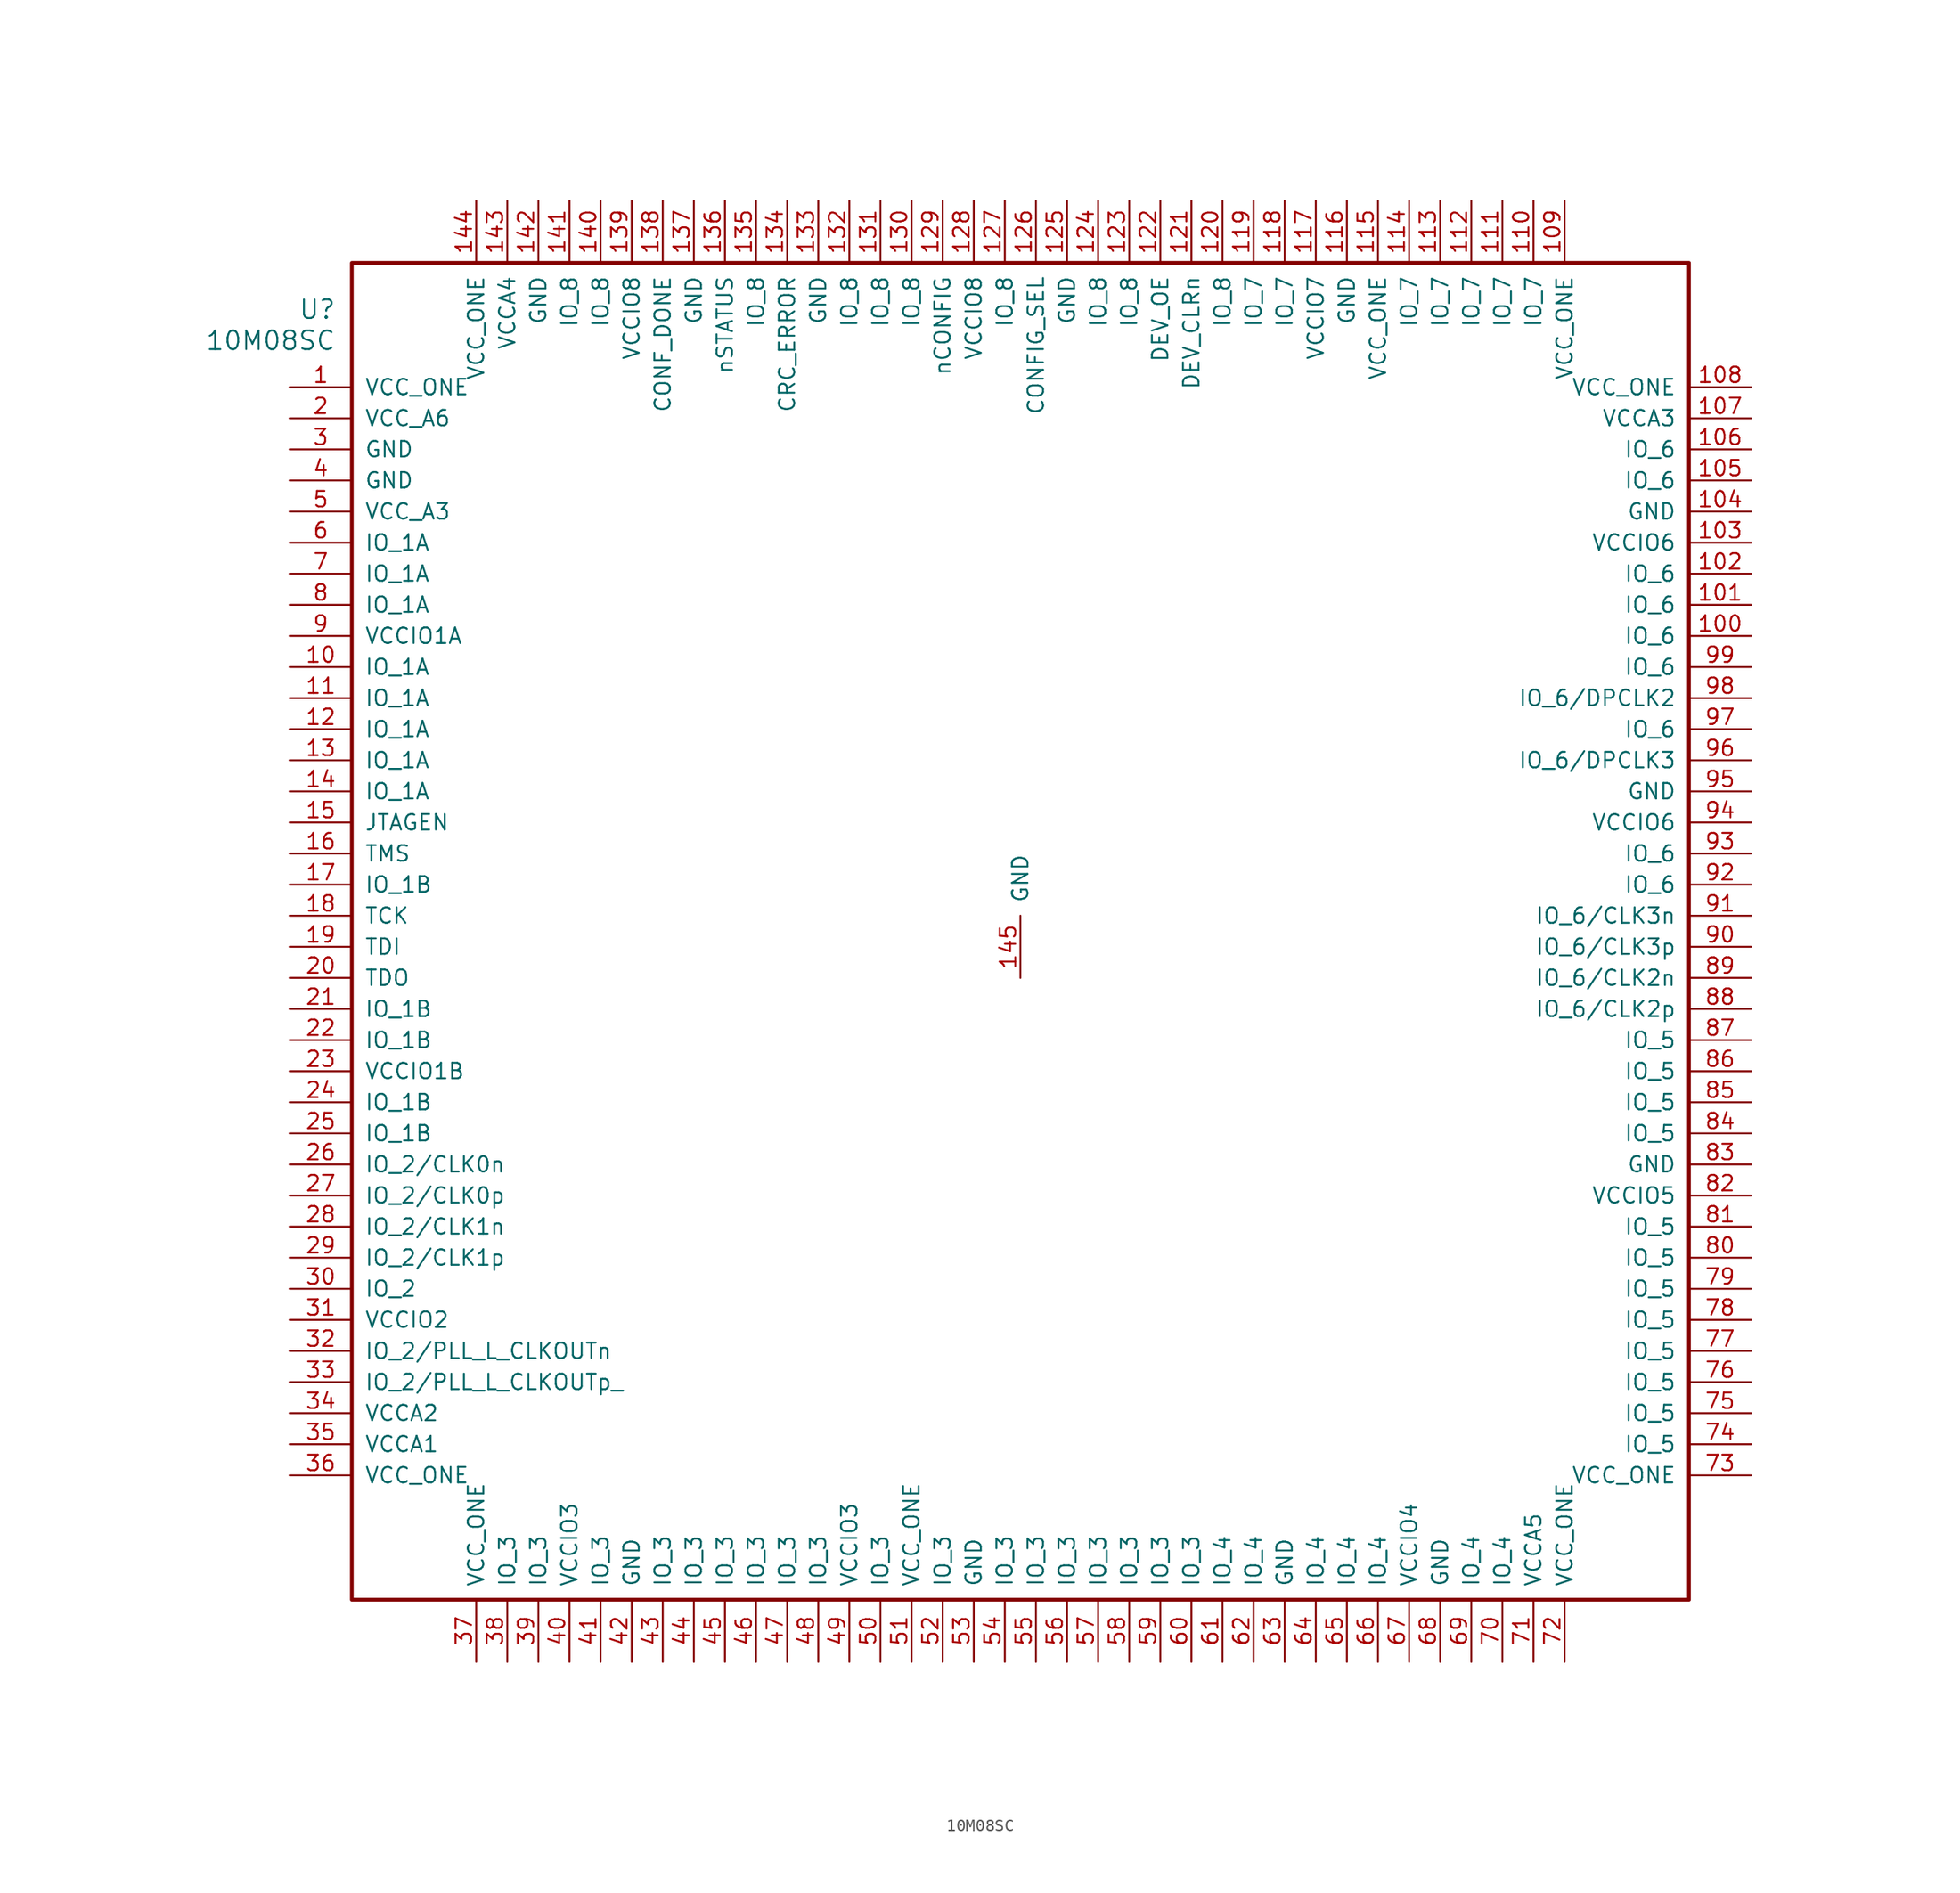
<source format=kicad_sym>
(kicad_symbol_lib
  (version 20211014)
  (generator kicad_symbol_editor)
  (symbol "10M08SC"
    (pin_names
      (offset 1.016))
    (property "Reference" "U"
      (at 3.81 6.35 0)
      (effects (font (size 1.524 1.524)) (justify right)))
    (property "Value" "10M08SC"
      (at 3.81 3.81 0)
      (effects (font (size 1.524 1.524)) (justify right)))
    (property "Footprint" ""
      (at 0 0 0)
      (effects (font (size 1.524 1.524))))
    (property "Datasheet" ""
      (at 0 0 0)
      (effects (font (size 1.524 1.524))))
    (property "ki_locked" ""
      (at 0 0 0)
      (effects (font (size 1.27 1.27))))
    (symbol "10M08SC_1_1"
      (rectangle (start 5.08 10.16) (end 114.3 -99.06) (stroke (width 0.305) (type default) (color 0 0 0 0)) (fill (type none)))
      (pin power_in line (at 0 0 0) (length 5.08) (name "VCC_ONE" (effects (font (size 1.27 1.27)))) (number "1" (effects (font (size 1.27 1.27)))))
      (pin bidirectional line (at 0 -22.86 0) (length 5.08) (name "IO_1A" (effects (font (size 1.27 1.27)))) (number "10" (effects (font (size 1.27 1.27)))))
      (pin bidirectional line (at 119.38 -20.32 180) (length 5.08) (name "IO_6" (effects (font (size 1.27 1.27)))) (number "100" (effects (font (size 1.27 1.27)))))
      (pin bidirectional line (at 119.38 -17.78 180) (length 5.08) (name "IO_6" (effects (font (size 1.27 1.27)))) (number "101" (effects (font (size 1.27 1.27)))))
      (pin bidirectional line (at 119.38 -15.24 180) (length 5.08) (name "IO_6" (effects (font (size 1.27 1.27)))) (number "102" (effects (font (size 1.27 1.27)))))
      (pin power_in line (at 119.38 -12.7 180) (length 5.08) (name "VCCIO6" (effects (font (size 1.27 1.27)))) (number "103" (effects (font (size 1.27 1.27)))))
      (pin power_in line (at 119.38 -10.16 180) (length 5.08) (name "GND" (effects (font (size 1.27 1.27)))) (number "104" (effects (font (size 1.27 1.27)))))
      (pin bidirectional line (at 119.38 -7.62 180) (length 5.08) (name "IO_6" (effects (font (size 1.27 1.27)))) (number "105" (effects (font (size 1.27 1.27)))))
      (pin bidirectional line (at 119.38 -5.08 180) (length 5.08) (name "IO_6" (effects (font (size 1.27 1.27)))) (number "106" (effects (font (size 1.27 1.27)))))
      (pin power_in line (at 119.38 -2.54 180) (length 5.08) (name "VCCA3" (effects (font (size 1.27 1.27)))) (number "107" (effects (font (size 1.27 1.27)))))
      (pin power_in line (at 119.38 0 180) (length 5.08) (name "VCC_ONE" (effects (font (size 1.27 1.27)))) (number "108" (effects (font (size 1.27 1.27)))))
      (pin power_in line (at 104.14 15.24 270) (length 5.08) (name "VCC_ONE" (effects (font (size 1.27 1.27)))) (number "109" (effects (font (size 1.27 1.27)))))
      (pin bidirectional line (at 0 -25.4 0) (length 5.08) (name "IO_1A" (effects (font (size 1.27 1.27)))) (number "11" (effects (font (size 1.27 1.27)))))
      (pin bidirectional line (at 101.6 15.24 270) (length 5.08) (name "IO_7" (effects (font (size 1.27 1.27)))) (number "110" (effects (font (size 1.27 1.27)))))
      (pin bidirectional line (at 99.06 15.24 270) (length 5.08) (name "IO_7" (effects (font (size 1.27 1.27)))) (number "111" (effects (font (size 1.27 1.27)))))
      (pin bidirectional line (at 96.52 15.24 270) (length 5.08) (name "IO_7" (effects (font (size 1.27 1.27)))) (number "112" (effects (font (size 1.27 1.27)))))
      (pin bidirectional line (at 93.98 15.24 270) (length 5.08) (name "IO_7" (effects (font (size 1.27 1.27)))) (number "113" (effects (font (size 1.27 1.27)))))
      (pin bidirectional line (at 91.44 15.24 270) (length 5.08) (name "IO_7" (effects (font (size 1.27 1.27)))) (number "114" (effects (font (size 1.27 1.27)))))
      (pin power_in line (at 88.9 15.24 270) (length 5.08) (name "VCC_ONE" (effects (font (size 1.27 1.27)))) (number "115" (effects (font (size 1.27 1.27)))))
      (pin power_in line (at 86.36 15.24 270) (length 5.08) (name "GND" (effects (font (size 1.27 1.27)))) (number "116" (effects (font (size 1.27 1.27)))))
      (pin power_in line (at 83.82 15.24 270) (length 5.08) (name "VCCIO7" (effects (font (size 1.27 1.27)))) (number "117" (effects (font (size 1.27 1.27)))))
      (pin bidirectional line (at 81.28 15.24 270) (length 5.08) (name "IO_7" (effects (font (size 1.27 1.27)))) (number "118" (effects (font (size 1.27 1.27)))))
      (pin bidirectional line (at 78.74 15.24 270) (length 5.08) (name "IO_7" (effects (font (size 1.27 1.27)))) (number "119" (effects (font (size 1.27 1.27)))))
      (pin bidirectional line (at 0 -27.94 0) (length 5.08) (name "IO_1A" (effects (font (size 1.27 1.27)))) (number "12" (effects (font (size 1.27 1.27)))))
      (pin bidirectional line (at 76.2 15.24 270) (length 5.08) (name "IO_8" (effects (font (size 1.27 1.27)))) (number "120" (effects (font (size 1.27 1.27)))))
      (pin input line (at 73.66 15.24 270) (length 5.08) (name "DEV_CLRn" (effects (font (size 1.27 1.27)))) (number "121" (effects (font (size 1.27 1.27)))))
      (pin input line (at 71.12 15.24 270) (length 5.08) (name "DEV_OE" (effects (font (size 1.27 1.27)))) (number "122" (effects (font (size 1.27 1.27)))))
      (pin bidirectional line (at 68.58 15.24 270) (length 5.08) (name "IO_8" (effects (font (size 1.27 1.27)))) (number "123" (effects (font (size 1.27 1.27)))))
      (pin bidirectional line (at 66.04 15.24 270) (length 5.08) (name "IO_8" (effects (font (size 1.27 1.27)))) (number "124" (effects (font (size 1.27 1.27)))))
      (pin power_in line (at 63.5 15.24 270) (length 5.08) (name "GND" (effects (font (size 1.27 1.27)))) (number "125" (effects (font (size 1.27 1.27)))))
      (pin input line (at 60.96 15.24 270) (length 5.08) (name "CONFIG_SEL" (effects (font (size 1.27 1.27)))) (number "126" (effects (font (size 1.27 1.27)))))
      (pin bidirectional line (at 58.42 15.24 270) (length 5.08) (name "IO_8" (effects (font (size 1.27 1.27)))) (number "127" (effects (font (size 1.27 1.27)))))
      (pin power_in line (at 55.88 15.24 270) (length 5.08) (name "VCCIO8" (effects (font (size 1.27 1.27)))) (number "128" (effects (font (size 1.27 1.27)))))
      (pin input line (at 53.34 15.24 270) (length 5.08) (name "nCONFIG" (effects (font (size 1.27 1.27)))) (number "129" (effects (font (size 1.27 1.27)))))
      (pin bidirectional line (at 0 -30.48 0) (length 5.08) (name "IO_1A" (effects (font (size 1.27 1.27)))) (number "13" (effects (font (size 1.27 1.27)))))
      (pin bidirectional line (at 50.8 15.24 270) (length 5.08) (name "IO_8" (effects (font (size 1.27 1.27)))) (number "130" (effects (font (size 1.27 1.27)))))
      (pin bidirectional line (at 48.26 15.24 270) (length 5.08) (name "IO_8" (effects (font (size 1.27 1.27)))) (number "131" (effects (font (size 1.27 1.27)))))
      (pin bidirectional line (at 45.72 15.24 270) (length 5.08) (name "IO_8" (effects (font (size 1.27 1.27)))) (number "132" (effects (font (size 1.27 1.27)))))
      (pin power_in line (at 43.18 15.24 270) (length 5.08) (name "GND" (effects (font (size 1.27 1.27)))) (number "133" (effects (font (size 1.27 1.27)))))
      (pin output line (at 40.64 15.24 270) (length 5.08) (name "CRC_ERROR" (effects (font (size 1.27 1.27)))) (number "134" (effects (font (size 1.27 1.27)))))
      (pin bidirectional line (at 38.1 15.24 270) (length 5.08) (name "IO_8" (effects (font (size 1.27 1.27)))) (number "135" (effects (font (size 1.27 1.27)))))
      (pin output line (at 35.56 15.24 270) (length 5.08) (name "nSTATUS" (effects (font (size 1.27 1.27)))) (number "136" (effects (font (size 1.27 1.27)))))
      (pin power_in line (at 33.02 15.24 270) (length 5.08) (name "GND" (effects (font (size 1.27 1.27)))) (number "137" (effects (font (size 1.27 1.27)))))
      (pin output line (at 30.48 15.24 270) (length 5.08) (name "CONF_DONE" (effects (font (size 1.27 1.27)))) (number "138" (effects (font (size 1.27 1.27)))))
      (pin power_in line (at 27.94 15.24 270) (length 5.08) (name "VCCIO8" (effects (font (size 1.27 1.27)))) (number "139" (effects (font (size 1.27 1.27)))))
      (pin bidirectional line (at 0 -33.02 0) (length 5.08) (name "IO_1A" (effects (font (size 1.27 1.27)))) (number "14" (effects (font (size 1.27 1.27)))))
      (pin bidirectional line (at 25.4 15.24 270) (length 5.08) (name "IO_8" (effects (font (size 1.27 1.27)))) (number "140" (effects (font (size 1.27 1.27)))))
      (pin bidirectional line (at 22.86 15.24 270) (length 5.08) (name "IO_8" (effects (font (size 1.27 1.27)))) (number "141" (effects (font (size 1.27 1.27)))))
      (pin power_in line (at 20.32 15.24 270) (length 5.08) (name "GND" (effects (font (size 1.27 1.27)))) (number "142" (effects (font (size 1.27 1.27)))))
      (pin power_in line (at 17.78 15.24 270) (length 5.08) (name "VCCA4" (effects (font (size 1.27 1.27)))) (number "143" (effects (font (size 1.27 1.27)))))
      (pin power_in line (at 15.24 15.24 270) (length 5.08) (name "VCC_ONE" (effects (font (size 1.27 1.27)))) (number "144" (effects (font (size 1.27 1.27)))))
      (pin power_in line (at 59.69 -48.26 90) (length 5.08) (name "GND" (effects (font (size 1.27 1.27)))) (number "145" (effects (font (size 1.27 1.27)))))
      (pin input line (at 0 -35.56 0) (length 5.08) (name "JTAGEN" (effects (font (size 1.27 1.27)))) (number "15" (effects (font (size 1.27 1.27)))))
      (pin input line (at 0 -38.1 0) (length 5.08) (name "TMS" (effects (font (size 1.27 1.27)))) (number "16" (effects (font (size 1.27 1.27)))))
      (pin bidirectional line (at 0 -40.64 0) (length 5.08) (name "IO_1B" (effects (font (size 1.27 1.27)))) (number "17" (effects (font (size 1.27 1.27)))))
      (pin input line (at 0 -43.18 0) (length 5.08) (name "TCK" (effects (font (size 1.27 1.27)))) (number "18" (effects (font (size 1.27 1.27)))))
      (pin input line (at 0 -45.72 0) (length 5.08) (name "TDI" (effects (font (size 1.27 1.27)))) (number "19" (effects (font (size 1.27 1.27)))))
      (pin power_in line (at 0 -2.54 0) (length 5.08) (name "VCC_A6" (effects (font (size 1.27 1.27)))) (number "2" (effects (font (size 1.27 1.27)))))
      (pin output line (at 0 -48.26 0) (length 5.08) (name "TDO" (effects (font (size 1.27 1.27)))) (number "20" (effects (font (size 1.27 1.27)))))
      (pin bidirectional line (at 0 -50.8 0) (length 5.08) (name "IO_1B" (effects (font (size 1.27 1.27)))) (number "21" (effects (font (size 1.27 1.27)))))
      (pin bidirectional line (at 0 -53.34 0) (length 5.08) (name "IO_1B" (effects (font (size 1.27 1.27)))) (number "22" (effects (font (size 1.27 1.27)))))
      (pin power_in line (at 0 -55.88 0) (length 5.08) (name "VCCIO1B" (effects (font (size 1.27 1.27)))) (number "23" (effects (font (size 1.27 1.27)))))
      (pin bidirectional line (at 0 -58.42 0) (length 5.08) (name "IO_1B" (effects (font (size 1.27 1.27)))) (number "24" (effects (font (size 1.27 1.27)))))
      (pin bidirectional line (at 0 -60.96 0) (length 5.08) (name "IO_1B" (effects (font (size 1.27 1.27)))) (number "25" (effects (font (size 1.27 1.27)))))
      (pin bidirectional line (at 0 -63.5 0) (length 5.08) (name "IO_2/CLK0n" (effects (font (size 1.27 1.27)))) (number "26" (effects (font (size 1.27 1.27)))))
      (pin bidirectional line (at 0 -66.04 0) (length 5.08) (name "IO_2/CLK0p" (effects (font (size 1.27 1.27)))) (number "27" (effects (font (size 1.27 1.27)))))
      (pin bidirectional line (at 0 -68.58 0) (length 5.08) (name "IO_2/CLK1n" (effects (font (size 1.27 1.27)))) (number "28" (effects (font (size 1.27 1.27)))))
      (pin bidirectional line (at 0 -71.12 0) (length 5.08) (name "IO_2/CLK1p" (effects (font (size 1.27 1.27)))) (number "29" (effects (font (size 1.27 1.27)))))
      (pin power_in line (at 0 -5.08 0) (length 5.08) (name "GND" (effects (font (size 1.27 1.27)))) (number "3" (effects (font (size 1.27 1.27)))))
      (pin bidirectional line (at 0 -73.66 0) (length 5.08) (name "IO_2" (effects (font (size 1.27 1.27)))) (number "30" (effects (font (size 1.27 1.27)))))
      (pin power_in line (at 0 -76.2 0) (length 5.08) (name "VCCIO2" (effects (font (size 1.27 1.27)))) (number "31" (effects (font (size 1.27 1.27)))))
      (pin bidirectional line (at 0 -78.74 0) (length 5.08) (name "IO_2/PLL_L_CLKOUTn" (effects (font (size 1.27 1.27)))) (number "32" (effects (font (size 1.27 1.27)))))
      (pin bidirectional line (at 0 -81.28 0) (length 5.08) (name "IO_2/PLL_L_CLKOUTp_" (effects (font (size 1.27 1.27)))) (number "33" (effects (font (size 1.27 1.27)))))
      (pin power_in line (at 0 -83.82 0) (length 5.08) (name "VCCA2" (effects (font (size 1.27 1.27)))) (number "34" (effects (font (size 1.27 1.27)))))
      (pin power_in line (at 0 -86.36 0) (length 5.08) (name "VCCA1" (effects (font (size 1.27 1.27)))) (number "35" (effects (font (size 1.27 1.27)))))
      (pin power_in line (at 0 -88.9 0) (length 5.08) (name "VCC_ONE" (effects (font (size 1.27 1.27)))) (number "36" (effects (font (size 1.27 1.27)))))
      (pin power_in line (at 15.24 -104.14 90) (length 5.08) (name "VCC_ONE" (effects (font (size 1.27 1.27)))) (number "37" (effects (font (size 1.27 1.27)))))
      (pin bidirectional line (at 17.78 -104.14 90) (length 5.08) (name "IO_3" (effects (font (size 1.27 1.27)))) (number "38" (effects (font (size 1.27 1.27)))))
      (pin bidirectional line (at 20.32 -104.14 90) (length 5.08) (name "IO_3" (effects (font (size 1.27 1.27)))) (number "39" (effects (font (size 1.27 1.27)))))
      (pin power_in line (at 0 -7.62 0) (length 5.08) (name "GND" (effects (font (size 1.27 1.27)))) (number "4" (effects (font (size 1.27 1.27)))))
      (pin power_in line (at 22.86 -104.14 90) (length 5.08) (name "VCCIO3" (effects (font (size 1.27 1.27)))) (number "40" (effects (font (size 1.27 1.27)))))
      (pin bidirectional line (at 25.4 -104.14 90) (length 5.08) (name "IO_3" (effects (font (size 1.27 1.27)))) (number "41" (effects (font (size 1.27 1.27)))))
      (pin power_in line (at 27.94 -104.14 90) (length 5.08) (name "GND" (effects (font (size 1.27 1.27)))) (number "42" (effects (font (size 1.27 1.27)))))
      (pin bidirectional line (at 30.48 -104.14 90) (length 5.08) (name "IO_3" (effects (font (size 1.27 1.27)))) (number "43" (effects (font (size 1.27 1.27)))))
      (pin bidirectional line (at 33.02 -104.14 90) (length 5.08) (name "IO_3" (effects (font (size 1.27 1.27)))) (number "44" (effects (font (size 1.27 1.27)))))
      (pin bidirectional line (at 35.56 -104.14 90) (length 5.08) (name "IO_3" (effects (font (size 1.27 1.27)))) (number "45" (effects (font (size 1.27 1.27)))))
      (pin bidirectional line (at 38.1 -104.14 90) (length 5.08) (name "IO_3" (effects (font (size 1.27 1.27)))) (number "46" (effects (font (size 1.27 1.27)))))
      (pin bidirectional line (at 40.64 -104.14 90) (length 5.08) (name "IO_3" (effects (font (size 1.27 1.27)))) (number "47" (effects (font (size 1.27 1.27)))))
      (pin bidirectional line (at 43.18 -104.14 90) (length 5.08) (name "IO_3" (effects (font (size 1.27 1.27)))) (number "48" (effects (font (size 1.27 1.27)))))
      (pin power_in line (at 45.72 -104.14 90) (length 5.08) (name "VCCIO3" (effects (font (size 1.27 1.27)))) (number "49" (effects (font (size 1.27 1.27)))))
      (pin power_in line (at 0 -10.16 0) (length 5.08) (name "VCC_A3" (effects (font (size 1.27 1.27)))) (number "5" (effects (font (size 1.27 1.27)))))
      (pin bidirectional line (at 48.26 -104.14 90) (length 5.08) (name "IO_3" (effects (font (size 1.27 1.27)))) (number "50" (effects (font (size 1.27 1.27)))))
      (pin power_in line (at 50.8 -104.14 90) (length 5.08) (name "VCC_ONE" (effects (font (size 1.27 1.27)))) (number "51" (effects (font (size 1.27 1.27)))))
      (pin bidirectional line (at 53.34 -104.14 90) (length 5.08) (name "IO_3" (effects (font (size 1.27 1.27)))) (number "52" (effects (font (size 1.27 1.27)))))
      (pin power_in line (at 55.88 -104.14 90) (length 5.08) (name "GND" (effects (font (size 1.27 1.27)))) (number "53" (effects (font (size 1.27 1.27)))))
      (pin bidirectional line (at 58.42 -104.14 90) (length 5.08) (name "IO_3" (effects (font (size 1.27 1.27)))) (number "54" (effects (font (size 1.27 1.27)))))
      (pin bidirectional line (at 60.96 -104.14 90) (length 5.08) (name "IO_3" (effects (font (size 1.27 1.27)))) (number "55" (effects (font (size 1.27 1.27)))))
      (pin bidirectional line (at 63.5 -104.14 90) (length 5.08) (name "IO_3" (effects (font (size 1.27 1.27)))) (number "56" (effects (font (size 1.27 1.27)))))
      (pin bidirectional line (at 66.04 -104.14 90) (length 5.08) (name "IO_3" (effects (font (size 1.27 1.27)))) (number "57" (effects (font (size 1.27 1.27)))))
      (pin bidirectional line (at 68.58 -104.14 90) (length 5.08) (name "IO_3" (effects (font (size 1.27 1.27)))) (number "58" (effects (font (size 1.27 1.27)))))
      (pin bidirectional line (at 71.12 -104.14 90) (length 5.08) (name "IO_3" (effects (font (size 1.27 1.27)))) (number "59" (effects (font (size 1.27 1.27)))))
      (pin bidirectional line (at 0 -12.7 0) (length 5.08) (name "IO_1A" (effects (font (size 1.27 1.27)))) (number "6" (effects (font (size 1.27 1.27)))))
      (pin bidirectional line (at 73.66 -104.14 90) (length 5.08) (name "IO_3" (effects (font (size 1.27 1.27)))) (number "60" (effects (font (size 1.27 1.27)))))
      (pin bidirectional line (at 76.2 -104.14 90) (length 5.08) (name "IO_4" (effects (font (size 1.27 1.27)))) (number "61" (effects (font (size 1.27 1.27)))))
      (pin bidirectional line (at 78.74 -104.14 90) (length 5.08) (name "IO_4" (effects (font (size 1.27 1.27)))) (number "62" (effects (font (size 1.27 1.27)))))
      (pin power_in line (at 81.28 -104.14 90) (length 5.08) (name "GND" (effects (font (size 1.27 1.27)))) (number "63" (effects (font (size 1.27 1.27)))))
      (pin bidirectional line (at 83.82 -104.14 90) (length 5.08) (name "IO_4" (effects (font (size 1.27 1.27)))) (number "64" (effects (font (size 1.27 1.27)))))
      (pin bidirectional line (at 86.36 -104.14 90) (length 5.08) (name "IO_4" (effects (font (size 1.27 1.27)))) (number "65" (effects (font (size 1.27 1.27)))))
      (pin bidirectional line (at 88.9 -104.14 90) (length 5.08) (name "IO_4" (effects (font (size 1.27 1.27)))) (number "66" (effects (font (size 1.27 1.27)))))
      (pin power_in line (at 91.44 -104.14 90) (length 5.08) (name "VCCIO4" (effects (font (size 1.27 1.27)))) (number "67" (effects (font (size 1.27 1.27)))))
      (pin power_in line (at 93.98 -104.14 90) (length 5.08) (name "GND" (effects (font (size 1.27 1.27)))) (number "68" (effects (font (size 1.27 1.27)))))
      (pin bidirectional line (at 96.52 -104.14 90) (length 5.08) (name "IO_4" (effects (font (size 1.27 1.27)))) (number "69" (effects (font (size 1.27 1.27)))))
      (pin bidirectional line (at 0 -15.24 0) (length 5.08) (name "IO_1A" (effects (font (size 1.27 1.27)))) (number "7" (effects (font (size 1.27 1.27)))))
      (pin bidirectional line (at 99.06 -104.14 90) (length 5.08) (name "IO_4" (effects (font (size 1.27 1.27)))) (number "70" (effects (font (size 1.27 1.27)))))
      (pin power_in line (at 101.6 -104.14 90) (length 5.08) (name "VCCA5" (effects (font (size 1.27 1.27)))) (number "71" (effects (font (size 1.27 1.27)))))
      (pin power_in line (at 104.14 -104.14 90) (length 5.08) (name "VCC_ONE" (effects (font (size 1.27 1.27)))) (number "72" (effects (font (size 1.27 1.27)))))
      (pin power_in line (at 119.38 -88.9 180) (length 5.08) (name "VCC_ONE" (effects (font (size 1.27 1.27)))) (number "73" (effects (font (size 1.27 1.27)))))
      (pin bidirectional line (at 119.38 -86.36 180) (length 5.08) (name "IO_5" (effects (font (size 1.27 1.27)))) (number "74" (effects (font (size 1.27 1.27)))))
      (pin bidirectional line (at 119.38 -83.82 180) (length 5.08) (name "IO_5" (effects (font (size 1.27 1.27)))) (number "75" (effects (font (size 1.27 1.27)))))
      (pin bidirectional line (at 119.38 -81.28 180) (length 5.08) (name "IO_5" (effects (font (size 1.27 1.27)))) (number "76" (effects (font (size 1.27 1.27)))))
      (pin bidirectional line (at 119.38 -78.74 180) (length 5.08) (name "IO_5" (effects (font (size 1.27 1.27)))) (number "77" (effects (font (size 1.27 1.27)))))
      (pin bidirectional line (at 119.38 -76.2 180) (length 5.08) (name "IO_5" (effects (font (size 1.27 1.27)))) (number "78" (effects (font (size 1.27 1.27)))))
      (pin bidirectional line (at 119.38 -73.66 180) (length 5.08) (name "IO_5" (effects (font (size 1.27 1.27)))) (number "79" (effects (font (size 1.27 1.27)))))
      (pin bidirectional line (at 0 -17.78 0) (length 5.08) (name "IO_1A" (effects (font (size 1.27 1.27)))) (number "8" (effects (font (size 1.27 1.27)))))
      (pin bidirectional line (at 119.38 -71.12 180) (length 5.08) (name "IO_5" (effects (font (size 1.27 1.27)))) (number "80" (effects (font (size 1.27 1.27)))))
      (pin bidirectional line (at 119.38 -68.58 180) (length 5.08) (name "IO_5" (effects (font (size 1.27 1.27)))) (number "81" (effects (font (size 1.27 1.27)))))
      (pin power_in line (at 119.38 -66.04 180) (length 5.08) (name "VCCIO5" (effects (font (size 1.27 1.27)))) (number "82" (effects (font (size 1.27 1.27)))))
      (pin power_in line (at 119.38 -63.5 180) (length 5.08) (name "GND" (effects (font (size 1.27 1.27)))) (number "83" (effects (font (size 1.27 1.27)))))
      (pin bidirectional line (at 119.38 -60.96 180) (length 5.08) (name "IO_5" (effects (font (size 1.27 1.27)))) (number "84" (effects (font (size 1.27 1.27)))))
      (pin bidirectional line (at 119.38 -58.42 180) (length 5.08) (name "IO_5" (effects (font (size 1.27 1.27)))) (number "85" (effects (font (size 1.27 1.27)))))
      (pin bidirectional line (at 119.38 -55.88 180) (length 5.08) (name "IO_5" (effects (font (size 1.27 1.27)))) (number "86" (effects (font (size 1.27 1.27)))))
      (pin bidirectional line (at 119.38 -53.34 180) (length 5.08) (name "IO_5" (effects (font (size 1.27 1.27)))) (number "87" (effects (font (size 1.27 1.27)))))
      (pin bidirectional line (at 119.38 -50.8 180) (length 5.08) (name "IO_6/CLK2p" (effects (font (size 1.27 1.27)))) (number "88" (effects (font (size 1.27 1.27)))))
      (pin bidirectional line (at 119.38 -48.26 180) (length 5.08) (name "IO_6/CLK2n" (effects (font (size 1.27 1.27)))) (number "89" (effects (font (size 1.27 1.27)))))
      (pin power_in line (at 0 -20.32 0) (length 5.08) (name "VCCIO1A" (effects (font (size 1.27 1.27)))) (number "9" (effects (font (size 1.27 1.27)))))
      (pin bidirectional line (at 119.38 -45.72 180) (length 5.08) (name "IO_6/CLK3p" (effects (font (size 1.27 1.27)))) (number "90" (effects (font (size 1.27 1.27)))))
      (pin bidirectional line (at 119.38 -43.18 180) (length 5.08) (name "IO_6/CLK3n" (effects (font (size 1.27 1.27)))) (number "91" (effects (font (size 1.27 1.27)))))
      (pin bidirectional line (at 119.38 -40.64 180) (length 5.08) (name "IO_6" (effects (font (size 1.27 1.27)))) (number "92" (effects (font (size 1.27 1.27)))))
      (pin bidirectional line (at 119.38 -38.1 180) (length 5.08) (name "IO_6" (effects (font (size 1.27 1.27)))) (number "93" (effects (font (size 1.27 1.27)))))
      (pin power_in line (at 119.38 -35.56 180) (length 5.08) (name "VCCIO6" (effects (font (size 1.27 1.27)))) (number "94" (effects (font (size 1.27 1.27)))))
      (pin power_in line (at 119.38 -33.02 180) (length 5.08) (name "GND" (effects (font (size 1.27 1.27)))) (number "95" (effects (font (size 1.27 1.27)))))
      (pin bidirectional line (at 119.38 -30.48 180) (length 5.08) (name "IO_6/DPCLK3" (effects (font (size 1.27 1.27)))) (number "96" (effects (font (size 1.27 1.27)))))
      (pin bidirectional line (at 119.38 -27.94 180) (length 5.08) (name "IO_6" (effects (font (size 1.27 1.27)))) (number "97" (effects (font (size 1.27 1.27)))))
      (pin bidirectional line (at 119.38 -25.4 180) (length 5.08) (name "IO_6/DPCLK2" (effects (font (size 1.27 1.27)))) (number "98" (effects (font (size 1.27 1.27)))))
      (pin bidirectional line (at 119.38 -22.86 180) (length 5.08) (name "IO_6" (effects (font (size 1.27 1.27)))) (number "99" (effects (font (size 1.27 1.27))))))))
</source>
